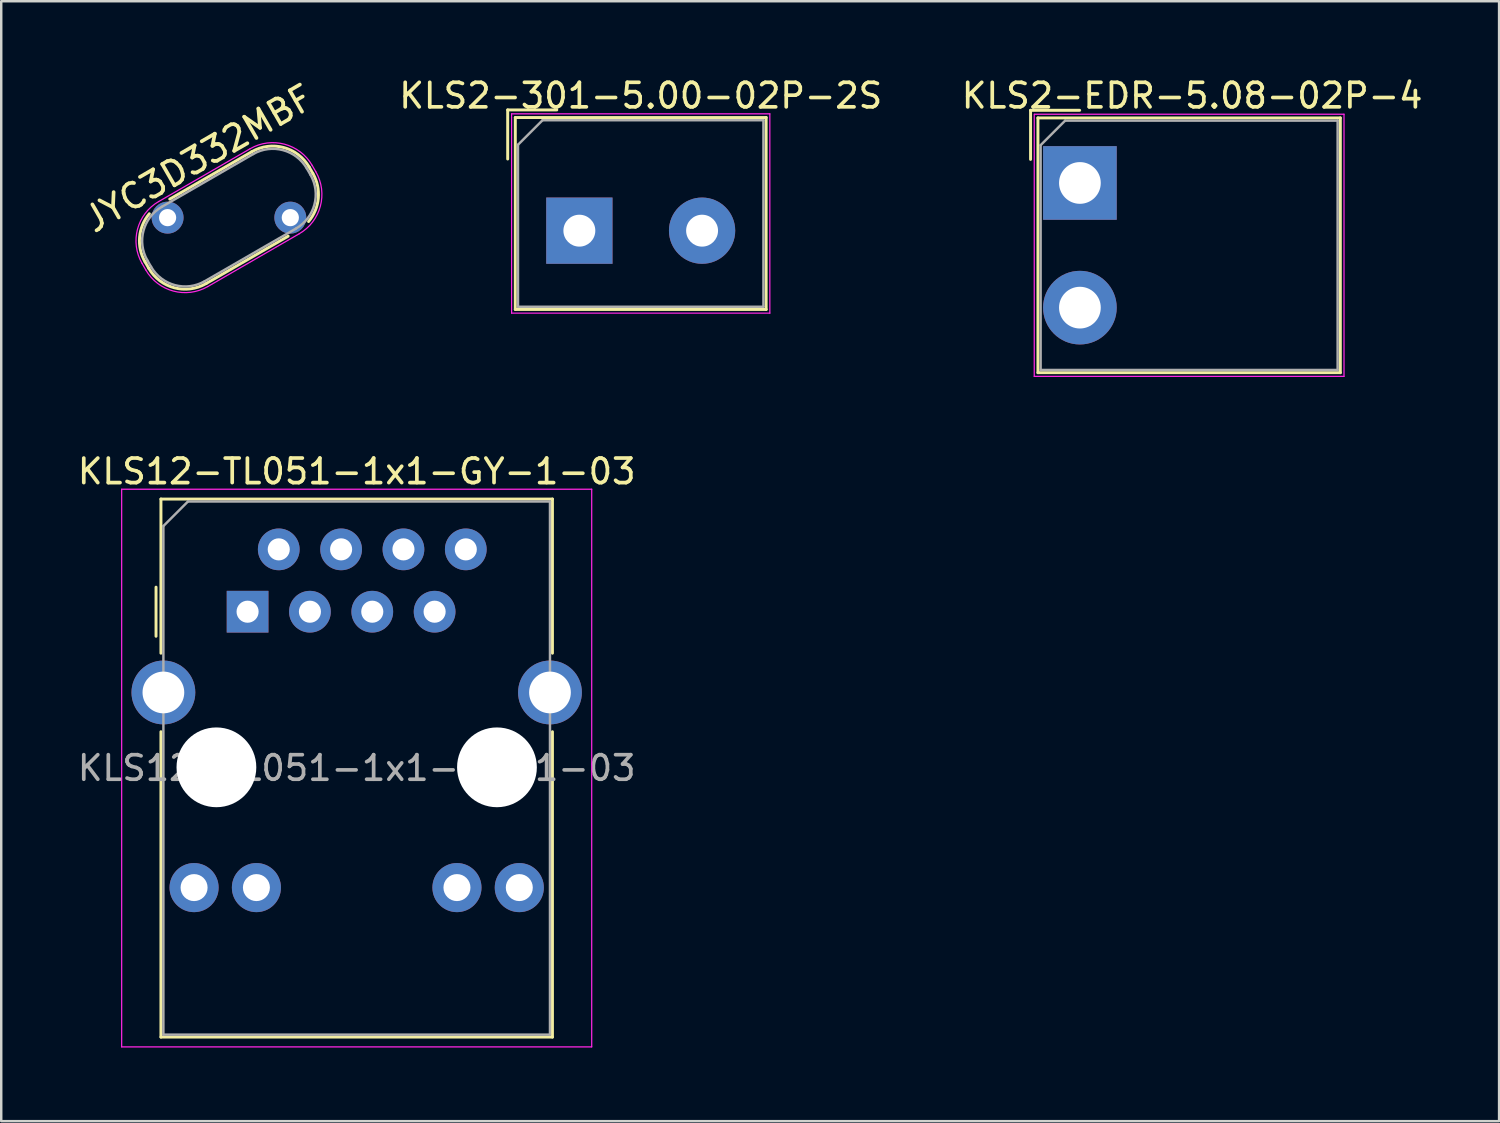
<source format=kicad_pcb>
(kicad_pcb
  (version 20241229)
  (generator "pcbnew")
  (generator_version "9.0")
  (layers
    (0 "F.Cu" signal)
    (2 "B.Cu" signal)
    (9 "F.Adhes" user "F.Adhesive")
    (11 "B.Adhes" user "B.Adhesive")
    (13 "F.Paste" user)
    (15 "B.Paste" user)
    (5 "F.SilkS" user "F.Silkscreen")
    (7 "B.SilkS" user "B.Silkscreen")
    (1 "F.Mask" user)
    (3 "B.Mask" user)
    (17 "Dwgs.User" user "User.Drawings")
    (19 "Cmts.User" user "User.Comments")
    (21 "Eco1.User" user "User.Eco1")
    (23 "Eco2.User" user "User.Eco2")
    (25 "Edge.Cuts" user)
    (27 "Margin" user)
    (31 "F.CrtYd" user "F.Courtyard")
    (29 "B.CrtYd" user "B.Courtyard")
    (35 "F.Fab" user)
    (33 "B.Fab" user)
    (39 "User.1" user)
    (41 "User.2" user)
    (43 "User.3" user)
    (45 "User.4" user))
  (footprint "KLS12-TL051-1x1-GY-1-03"
    (layer "F.Cu")
    (at 7.037 21.872)
    (property "Reference" "KLS12-TL051-1x1-GY-1-03" (at 4.445 -5.715 0) (layer "F.SilkS") (effects (font (size 1 1) (thickness 0.15))))
    (attr through_hole)
    (fp_line (start -3.73 -1) (end -3.73 1) (stroke (width 0.12) (type solid)) (layer "F.SilkS"))
    (fp_line (start -3.53 -4.59) (end 12.42 -4.59) (stroke (width 0.12) (type solid)) (layer "F.SilkS"))
    (fp_line (start -3.53 1.69) (end -3.53 -4.59) (stroke (width 0.12) (type solid)) (layer "F.SilkS"))
    (fp_line (start -3.53 17.33) (end -3.53 4.89) (stroke (width 0.12) (type solid)) (layer "F.SilkS"))
    (fp_line (start 12.42 -4.59) (end 12.42 1.69) (stroke (width 0.12) (type solid)) (layer "F.SilkS"))
    (fp_line (start 12.42 4.89) (end 12.42 17.33) (stroke (width 0.12) (type solid)) (layer "F.SilkS"))
    (fp_line (start 12.42 17.33) (end -3.53 17.33) (stroke (width 0.12) (type solid)) (layer "F.SilkS"))
    (fp_line (start -5.13 -4.99) (end -5.13 17.73) (stroke (width 0.05) (type solid)) (layer "F.CrtYd"))
    (fp_line (start -5.13 17.73) (end 14.02 17.73) (stroke (width 0.05) (type solid)) (layer "F.CrtYd"))
    (fp_line (start 14.02 -4.99) (end -5.13 -4.99) (stroke (width 0.05) (type solid)) (layer "F.CrtYd"))
    (fp_line (start 14.02 17.73) (end 14.02 -4.99) (stroke (width 0.05) (type solid)) (layer "F.CrtYd"))
    (fp_line (start -3.43 -3.49) (end -2.43 -4.49) (stroke (width 0.1) (type solid)) (layer "F.Fab"))
    (fp_line (start -3.43 17.23) (end -3.43 -3.49) (stroke (width 0.1) (type solid)) (layer "F.Fab"))
    (fp_line (start -2.43 -4.49) (end 12.32 -4.49) (stroke (width 0.1) (type solid)) (layer "F.Fab"))
    (fp_line (start 12.32 -4.49) (end 12.32 17.23) (stroke (width 0.1) (type solid)) (layer "F.Fab"))
    (fp_line (start 12.32 17.23) (end -3.43 17.23) (stroke (width 0.1) (type solid)) (layer "F.Fab"))
    (fp_text user "${REFERENCE}" (at 4.445 6.37 0) (layer "F.Fab") (effects (font (size 1 1) (thickness 0.15))))
    (pad "" np_thru_hole circle (at -1.27 6.34) (size 3.25 3.25) (drill 3.25) (layers "*.Cu" "*.Mask"))
    (pad "" np_thru_hole circle (at 10.16 6.34) (size 3.25 3.25) (drill 3.25) (layers "*.Cu" "*.Mask"))
    (pad "1" thru_hole rect (at 0 0) (size 1.7 1.7) (drill 0.9) (layers "*.Cu" "*.Mask"))
    (pad "2" thru_hole circle (at 1.27 -2.54) (size 1.7 1.7) (drill 0.9) (layers "*.Cu" "*.Mask"))
    (pad "3" thru_hole circle (at 2.54 0) (size 1.7 1.7) (drill 0.9) (layers "*.Cu" "*.Mask"))
    (pad "4" thru_hole circle (at 3.81 -2.54) (size 1.7 1.7) (drill 0.9) (layers "*.Cu" "*.Mask"))
    (pad "5" thru_hole circle (at 5.08 0) (size 1.7 1.7) (drill 0.9) (layers "*.Cu" "*.Mask"))
    (pad "6" thru_hole circle (at 6.35 -2.54) (size 1.7 1.7) (drill 0.9) (layers "*.Cu" "*.Mask"))
    (pad "7" thru_hole circle (at 7.62 0) (size 1.7 1.7) (drill 0.9) (layers "*.Cu" "*.Mask"))
    (pad "8" thru_hole circle (at 8.89 -2.54) (size 1.7 1.7) (drill 0.9) (layers "*.Cu" "*.Mask"))
    (pad "9" thru_hole circle (at -2.18 11.24) (size 2 2) (drill 1.1) (layers "*.Cu" "*.Mask"))
    (pad "10" thru_hole circle (at 0.36 11.24) (size 2 2) (drill 1.1) (layers "*.Cu" "*.Mask"))
    (pad "11" thru_hole circle (at 8.53 11.24) (size 2 2) (drill 1.1) (layers "*.Cu" "*.Mask"))
    (pad "12" thru_hole circle (at 11.07 11.24) (size 2 2) (drill 1.1) (layers "*.Cu" "*.Mask"))
    (pad "SH" thru_hole circle (at -3.43 3.29) (size 2.6 2.6) (drill 1.7) (layers "*.Cu" "*.Mask"))
    (pad "SH" thru_hole circle (at 12.32 3.29) (size 2.6 2.6) (drill 1.7) (layers "*.Cu" "*.Mask")))
  (footprint "JYC3D332MBF"
    (layer "F.Cu")
    (at 3.778 5.817)
    (property "Reference" "JYC3D332MBF" (at 1.27 -2.413 30) (layer "F.SilkS") (effects (font (size 1 1) (thickness 0.15))))
    (attr through_hole)
    (fp_line (start -0.918 1.8) (end -0.768 2.06) (stroke (width 0.12) (type solid)) (layer "F.SilkS"))
    (fp_line (start 1.568 2.686) (end 4.912 0.755) (stroke (width 0.12) (type solid)) (layer "F.SilkS"))
    (fp_line (start 3.432 -2.686) (end 0.088 -0.755) (stroke (width 0.12) (type solid)) (layer "F.SilkS"))
    (fp_line (start 5.768 -2.06) (end 5.918 -1.8) (stroke (width 0.12) (type solid)) (layer "F.SilkS"))
    (fp_arc (start -0.917636 1.800479) (mid -1.140223 0.793528) (end -0.743331 -0.158298) (stroke (width 0.12) (type solid)) (layer "F.SilkS"))
    (fp_arc (start 1.568045 2.685806) (mid 0.270465 2.856636) (end -0.767858 2.059903) (stroke (width 0.12) (type solid)) (layer "F.SilkS"))
    (fp_arc (start 3.431954 -2.685807) (mid 4.729535 -2.856637) (end 5.767858 -2.059903) (stroke (width 0.12) (type solid)) (layer "F.SilkS"))
    (fp_arc (start 5.917636 -1.80048) (mid 6.140224 -0.793528) (end 5.743331 0.158298) (stroke (width 0.12) (type solid)) (layer "F.SilkS"))
    (fp_line (start -1.039 1.87) (end -0.889 2.13) (stroke (width 0.05) (type solid)) (layer "F.CrtYd"))
    (fp_line (start 1.638 2.807) (end 5.362 0.657) (stroke (width 0.05) (type solid)) (layer "F.CrtYd"))
    (fp_line (start 3.362 -2.807) (end -0.362 -0.657) (stroke (width 0.05) (type solid)) (layer "F.CrtYd"))
    (fp_line (start 5.889 -2.13) (end 6.039 -1.87) (stroke (width 0.05) (type solid)) (layer "F.CrtYd"))
    (fp_arc (start -1.039101 1.870095) (mid -1.223916 0.466281) (end -0.361954 -0.65705) (stroke (width 0.05) (type solid)) (layer "F.CrtYd"))
    (fp_arc (start 1.638045 2.807049) (mid 0.23423 2.991865) (end -0.889101 2.129903) (stroke (width 0.05) (type solid)) (layer "F.CrtYd"))
    (fp_arc (start 3.361954 -2.80705) (mid 4.765769 -2.991866) (end 5.889101 -2.129903) (stroke (width 0.05) (type solid)) (layer "F.CrtYd"))
    (fp_arc (start 6.0391 -1.870096) (mid 6.223916 -0.466281) (end 5.361954 0.65705) (stroke (width 0.05) (type solid)) (layer "F.CrtYd"))
    (fp_line (start -0.823 1.745) (end -0.673 2.005) (stroke (width 0.1) (type solid)) (layer "F.Fab"))
    (fp_line (start 1.513 2.591) (end 5.237 0.441) (stroke (width 0.1) (type solid)) (layer "F.Fab"))
    (fp_line (start 3.487 -2.591) (end -0.237 -0.441) (stroke (width 0.1) (type solid)) (layer "F.Fab"))
    (fp_line (start 5.673 -2.005) (end 5.823 -1.745) (stroke (width 0.1) (type solid)) (layer "F.Fab"))
    (fp_arc (start -0.822595 1.745095) (mid -0.982435 0.530985) (end -0.236954 -0.440544) (stroke (width 0.1) (type solid)) (layer "F.Fab"))
    (fp_arc (start 1.513045 2.590543) (mid 0.298935 2.750384) (end -0.672595 2.004903) (stroke (width 0.1) (type solid)) (layer "F.Fab"))
    (fp_arc (start 3.486954 -2.590544) (mid 4.701065 -2.750385) (end 5.672595 -2.004903) (stroke (width 0.1) (type solid)) (layer "F.Fab"))
    (fp_arc (start 5.822594 -1.745096) (mid 5.982435 -0.530986) (end 5.236954 0.440544) (stroke (width 0.1) (type solid)) (layer "F.Fab"))
    (pad "1" thru_hole circle (at 0 0) (size 1.3 1.3) (drill 0.7) (layers "*.Cu" "*.Mask"))
    (pad "2" thru_hole circle (at 5 0) (size 1.3 1.3) (drill 0.7) (layers "*.Cu" "*.Mask")))
  (footprint "KLS2-EDR-5.08-02P-4"
    (layer "F.Cu")
    (at 40.947 4.404)
    (property "Reference" "KLS2-EDR-5.08-02P-4" (at 4.572 -3.556 0) (layer "F.SilkS") (effects (font (size 1 1) (thickness 0.15))))
    (attr through_hole)
    (fp_line (start -2.01 -2.96) (end -2.01 -0.96) (stroke (width 0.12) (type solid)) (layer "F.SilkS"))
    (fp_line (start -1.71 -2.65) (end 10.61 -2.65) (stroke (width 0.12) (type solid)) (layer "F.SilkS"))
    (fp_line (start -1.71 7.73) (end -1.71 -2.65) (stroke (width 0.12) (type solid)) (layer "F.SilkS"))
    (fp_line (start -0.01 -2.96) (end -2.01 -2.96) (stroke (width 0.12) (type solid)) (layer "F.SilkS"))
    (fp_line (start 10.61 -2.65) (end 10.61 7.73) (stroke (width 0.12) (type solid)) (layer "F.SilkS"))
    (fp_line (start 10.61 7.73) (end -1.71 7.73) (stroke (width 0.12) (type solid)) (layer "F.SilkS"))
    (fp_line (start -1.86 7.88) (end -1.86 -2.8) (stroke (width 0.05) (type solid)) (layer "F.CrtYd"))
    (fp_line (start -1.85 -2.8) (end 10.76 -2.8) (stroke (width 0.05) (type solid)) (layer "F.CrtYd"))
    (fp_line (start 10.76 -2.8) (end 10.76 7.88) (stroke (width 0.05) (type solid)) (layer "F.CrtYd"))
    (fp_line (start 10.76 7.88) (end -1.86 7.88) (stroke (width 0.05) (type solid)) (layer "F.CrtYd"))
    (fp_line (start -1.6 -1.54) (end -1.6 7.62) (stroke (width 0.1) (type solid)) (layer "F.Fab"))
    (fp_line (start -1.6 -1.54) (end -0.6 -2.54) (stroke (width 0.1) (type solid)) (layer "F.Fab"))
    (fp_line (start -1.6 7.62) (end 10.5 7.62) (stroke (width 0.1) (type solid)) (layer "F.Fab"))
    (fp_line (start -0.6 -2.54) (end 10.5 -2.54) (stroke (width 0.1) (type solid)) (layer "F.Fab"))
    (fp_line (start 10.5 -2.54) (end 10.5 7.62) (stroke (width 0.1) (type solid)) (layer "F.Fab"))
    (pad "1" thru_hole rect (at 0 0) (size 3 3) (drill 1.7) (layers "*.Cu" "*.Mask"))
    (pad "2" thru_hole circle (at 0 5.08) (size 3 3) (drill 1.7) (layers "*.Cu" "*.Mask")))
  (footprint "KLS2-301-5.00-02P-2S"
    (layer "F.Cu")
    (at 20.554 6.348)
    (property "Reference" "KLS2-301-5.00-02P-2S" (at 2.5 -5.5 0) (layer "F.SilkS") (effects (font (size 1 1) (thickness 0.15))))
    (attr through_hole)
    (fp_line (start -2.92 -4.92) (end -2.92 -2.92) (stroke (width 0.12) (type solid)) (layer "F.SilkS"))
    (fp_line (start -2.92 -4.92) (end -0.92 -4.92) (stroke (width 0.12) (type solid)) (layer "F.SilkS"))
    (fp_line (start -2.61 -4.61) (end -2.61 3.21) (stroke (width 0.12) (type solid)) (layer "F.SilkS"))
    (fp_line (start -2.61 -4.61) (end 7.61 -4.61) (stroke (width 0.12) (type solid)) (layer "F.SilkS"))
    (fp_line (start 7.61 -4.61) (end 7.61 3.21) (stroke (width 0.12) (type solid)) (layer "F.SilkS"))
    (fp_line (start 7.61 3.21) (end -2.61 3.21) (stroke (width 0.12) (type solid)) (layer "F.SilkS"))
    (fp_line (start -2.76 -4.76) (end -2.76 3.36) (stroke (width 0.05) (type solid)) (layer "F.CrtYd"))
    (fp_line (start -2.76 -4.76) (end 7.76 -4.76) (stroke (width 0.05) (type solid)) (layer "F.CrtYd"))
    (fp_line (start -2.76 3.36) (end 7.76 3.36) (stroke (width 0.05) (type solid)) (layer "F.CrtYd"))
    (fp_line (start 7.76 -4.76) (end 7.76 3.36) (stroke (width 0.05) (type solid)) (layer "F.CrtYd"))
    (fp_line (start -2.5 3.1) (end -2.5 -3.5) (stroke (width 0.1) (type solid)) (layer "F.Fab"))
    (fp_line (start -1.5 -4.5) (end -2.5 -3.5) (stroke (width 0.1) (type solid)) (layer "F.Fab"))
    (fp_line (start -1.5 -4.5) (end 7.5 -4.5) (stroke (width 0.1) (type solid)) (layer "F.Fab"))
    (fp_line (start 7.5 3.1) (end -2.5 3.1) (stroke (width 0.1) (type solid)) (layer "F.Fab"))
    (fp_line (start 7.5 3.1) (end 7.5 -4.5) (stroke (width 0.1) (type solid)) (layer "F.Fab"))
    (pad "1" thru_hole rect (at 0 0) (size 2.7 2.7) (drill 1.3) (layers "*.Cu" "*.Mask"))
    (pad "2" thru_hole circle (at 5 0) (size 2.7 2.7) (drill 1.3) (layers "*.Cu" "*.Mask")))
  (gr_rect
    (start -3 -3)
    (end 58.025 42.627)
    (stroke (width 0.1) (type default))
    (fill no)
    (layer "Edge.Cuts")))
</source>
